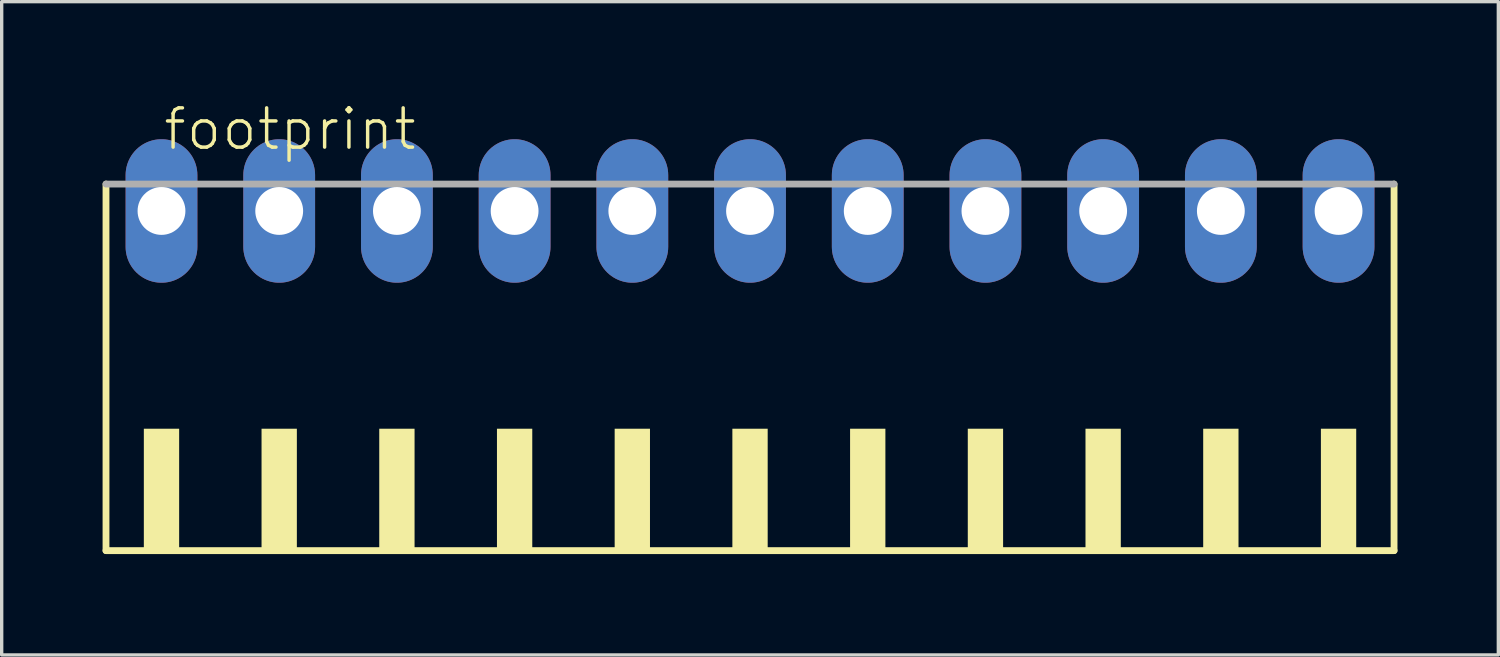
<source format=kicad_pcb>
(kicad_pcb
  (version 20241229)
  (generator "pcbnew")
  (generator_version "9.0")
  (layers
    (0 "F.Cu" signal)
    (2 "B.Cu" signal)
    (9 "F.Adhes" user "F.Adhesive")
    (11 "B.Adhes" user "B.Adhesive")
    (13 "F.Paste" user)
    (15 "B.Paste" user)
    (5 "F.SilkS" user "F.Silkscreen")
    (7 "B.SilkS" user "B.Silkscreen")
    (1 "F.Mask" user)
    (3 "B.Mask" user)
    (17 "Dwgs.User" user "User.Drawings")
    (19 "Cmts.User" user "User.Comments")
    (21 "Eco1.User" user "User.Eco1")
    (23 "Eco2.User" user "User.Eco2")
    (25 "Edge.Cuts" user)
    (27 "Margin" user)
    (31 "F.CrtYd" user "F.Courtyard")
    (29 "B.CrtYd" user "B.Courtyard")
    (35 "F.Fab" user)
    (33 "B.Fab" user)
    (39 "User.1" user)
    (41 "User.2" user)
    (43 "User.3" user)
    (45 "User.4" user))
  (footprint "footprint"
    (layer "F.Cu")
    (at 19.252 8.473)
    (property "Reference" "footprint" (at -17.5 -7 0) (layer "F.SilkS") (effects (font (size 1.168 1.168) (thickness 0.102)) (justify left bottom)))
    (fp_line (start -19.15 -6.05) (end -19.15 4.85) (stroke (width 0.203) (type solid)) (layer "F.SilkS"))
    (fp_line (start -19.15 4.85) (end 19.15 4.85) (stroke (width 0.203) (type solid)) (layer "F.SilkS"))
    (fp_line (start 19.15 4.85) (end 19.15 -6.05) (stroke (width 0.203) (type solid)) (layer "F.SilkS"))
    (fp_poly (pts (xy -18.025 4.9) (xy -16.975 4.9) (xy -16.975 1.225) (xy -18.025 1.225)) (stroke (width 0) (type solid)) (fill yes) (layer "F.SilkS"))
    (fp_poly (pts (xy -14.525 4.9) (xy -13.475 4.9) (xy -13.475 1.225) (xy -14.525 1.225)) (stroke (width 0) (type solid)) (fill yes) (layer "F.SilkS"))
    (fp_poly (pts (xy -11.025 4.9) (xy -9.975 4.9) (xy -9.975 1.225) (xy -11.025 1.225)) (stroke (width 0) (type solid)) (fill yes) (layer "F.SilkS"))
    (fp_poly (pts (xy -7.525 4.9) (xy -6.475 4.9) (xy -6.475 1.225) (xy -7.525 1.225)) (stroke (width 0) (type solid)) (fill yes) (layer "F.SilkS"))
    (fp_poly (pts (xy -4.025 4.9) (xy -2.975 4.9) (xy -2.975 1.225) (xy -4.025 1.225)) (stroke (width 0) (type solid)) (fill yes) (layer "F.SilkS"))
    (fp_poly (pts (xy -0.525 4.9) (xy 0.525 4.9) (xy 0.525 1.225) (xy -0.525 1.225)) (stroke (width 0) (type solid)) (fill yes) (layer "F.SilkS"))
    (fp_poly (pts (xy 2.975 4.9) (xy 4.025 4.9) (xy 4.025 1.225) (xy 2.975 1.225)) (stroke (width 0) (type solid)) (fill yes) (layer "F.SilkS"))
    (fp_poly (pts (xy 6.475 4.9) (xy 7.525 4.9) (xy 7.525 1.225) (xy 6.475 1.225)) (stroke (width 0) (type solid)) (fill yes) (layer "F.SilkS"))
    (fp_poly (pts (xy 9.975 4.9) (xy 11.025 4.9) (xy 11.025 1.225) (xy 9.975 1.225)) (stroke (width 0) (type solid)) (fill yes) (layer "F.SilkS"))
    (fp_poly (pts (xy 13.475 4.9) (xy 14.525 4.9) (xy 14.525 1.225) (xy 13.475 1.225)) (stroke (width 0) (type solid)) (fill yes) (layer "F.SilkS"))
    (fp_poly (pts (xy 16.975 4.9) (xy 18.025 4.9) (xy 18.025 1.225) (xy 16.975 1.225)) (stroke (width 0) (type solid)) (fill yes) (layer "F.SilkS"))
    (fp_line (start 19.15 -6.05) (end -19.15 -6.05) (stroke (width 0.203) (type solid)) (layer "F.Fab"))
    (pad "1" thru_hole oval (at -17.5 -5.25 90) (size 4.267 2.134) (drill 1.422) (layers "*.Cu" "*.Mask"))
    (pad "2" thru_hole oval (at -14 -5.25 90) (size 4.267 2.134) (drill 1.422) (layers "*.Cu" "*.Mask"))
    (pad "3" thru_hole oval (at -10.5 -5.25 90) (size 4.267 2.134) (drill 1.422) (layers "*.Cu" "*.Mask"))
    (pad "4" thru_hole oval (at -7 -5.25 90) (size 4.267 2.134) (drill 1.422) (layers "*.Cu" "*.Mask"))
    (pad "5" thru_hole oval (at -3.5 -5.25 90) (size 4.267 2.134) (drill 1.422) (layers "*.Cu" "*.Mask"))
    (pad "6" thru_hole oval (at 0 -5.25 90) (size 4.267 2.134) (drill 1.422) (layers "*.Cu" "*.Mask"))
    (pad "7" thru_hole oval (at 3.5 -5.25 90) (size 4.267 2.134) (drill 1.422) (layers "*.Cu" "*.Mask"))
    (pad "8" thru_hole oval (at 7 -5.25 90) (size 4.267 2.134) (drill 1.422) (layers "*.Cu" "*.Mask"))
    (pad "9" thru_hole oval (at 10.5 -5.25 90) (size 4.267 2.134) (drill 1.422) (layers "*.Cu" "*.Mask"))
    (pad "10" thru_hole oval (at 14 -5.25 90) (size 4.267 2.134) (drill 1.422) (layers "*.Cu" "*.Mask"))
    (pad "11" thru_hole oval (at 17.5 -5.25 90) (size 4.267 2.134) (drill 1.422) (layers "*.Cu" "*.Mask")))
  (gr_rect
    (start -3 -3)
    (end 41.503 16.425)
    (stroke (width 0.1) (type default))
    (fill no)
    (layer "Edge.Cuts")))
</source>
